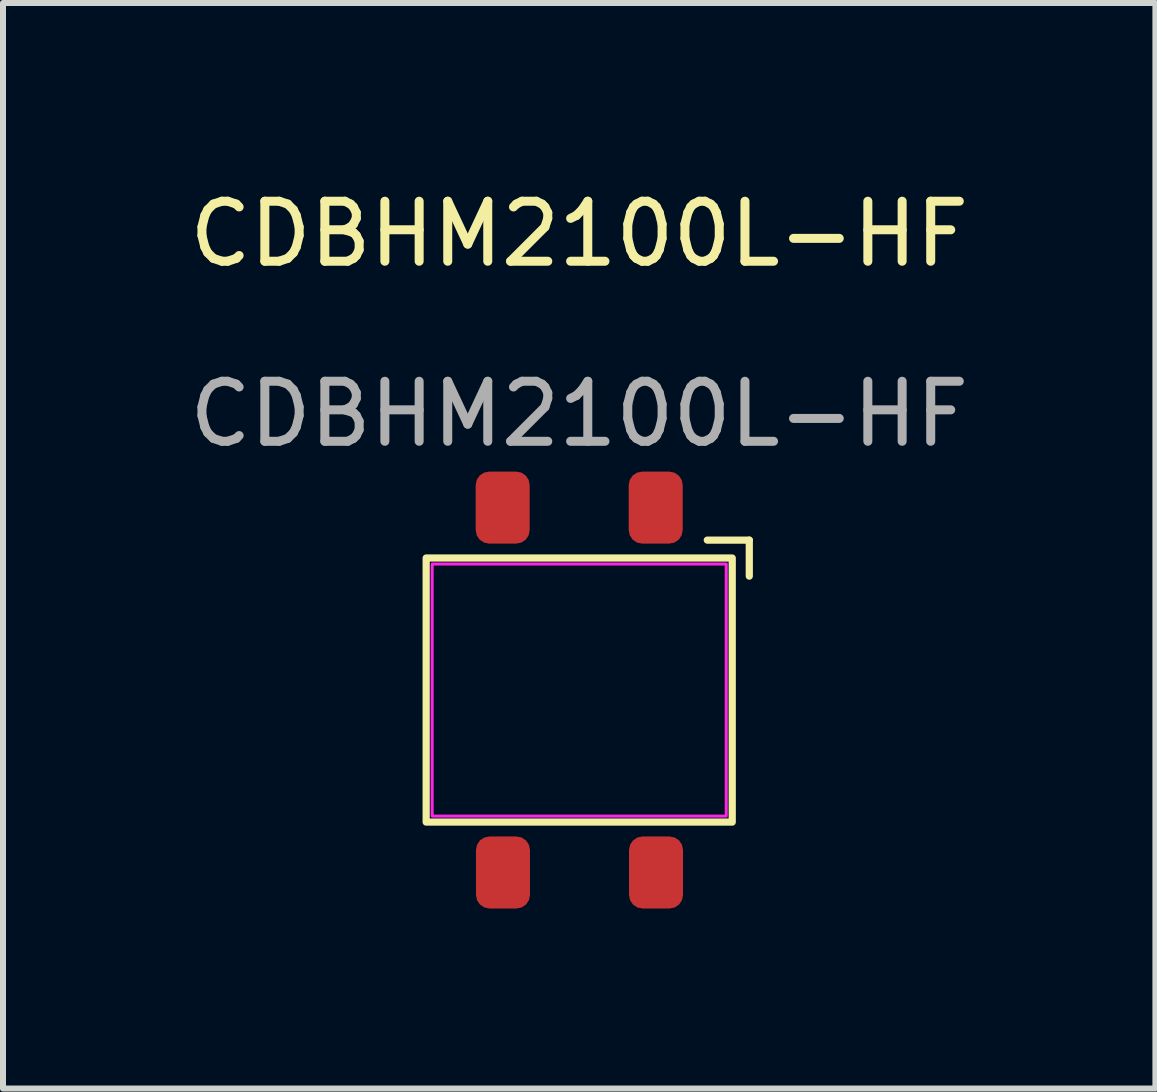
<source format=kicad_pcb>
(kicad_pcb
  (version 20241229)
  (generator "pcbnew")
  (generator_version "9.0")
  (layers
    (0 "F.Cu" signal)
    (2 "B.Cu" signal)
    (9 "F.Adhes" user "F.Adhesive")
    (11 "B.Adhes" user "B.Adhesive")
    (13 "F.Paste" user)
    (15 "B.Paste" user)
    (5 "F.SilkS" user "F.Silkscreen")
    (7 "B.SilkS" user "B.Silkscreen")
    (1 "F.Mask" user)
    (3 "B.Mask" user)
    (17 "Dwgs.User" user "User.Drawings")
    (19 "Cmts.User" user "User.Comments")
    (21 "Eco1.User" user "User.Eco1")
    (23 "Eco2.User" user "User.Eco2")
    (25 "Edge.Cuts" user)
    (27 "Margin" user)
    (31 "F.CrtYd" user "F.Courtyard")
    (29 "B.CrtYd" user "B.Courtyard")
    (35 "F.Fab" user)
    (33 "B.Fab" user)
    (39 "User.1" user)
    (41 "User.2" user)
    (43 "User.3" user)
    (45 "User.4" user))
  (footprint "CDBHM2100L-HF"
    (layer "F.Cu")
    (at 6.601 8.448)
    (property "Reference" "CDBHM2100L-HF" (at 0 -7.6 0) (unlocked yes) (layer "F.SilkS") (effects (font (size 1 1) (thickness 0.15))))
    (attr smd)
    (fp_line (start 2.134 -2.498) (end 2.834 -2.498) (stroke (width 0.12) (type solid)) (layer "F.SilkS"))
    (fp_line (start 2.834 -2.498) (end 2.834 -1.898) (stroke (width 0.12) (type solid)) (layer "F.SilkS"))
    (fp_rect (start -2.55 -2.2) (end 2.55 2.2) (stroke (width 0.12) (type solid)) (fill no) (layer "F.SilkS"))
    (fp_rect (start -2.45 -2.1) (end 2.45 2.1) (stroke (width 0.05) (type solid)) (fill no) (layer "F.CrtYd"))
    (fp_text user "${REFERENCE}" (at 0 -4.6 0) (unlocked yes) (layer "F.Fab") (effects (font (size 1 1) (thickness 0.15))))
    (pad "1" smd roundrect (at 1.275 -3.04) (size 0.9 1.2) (layers "F.Cu" "F.Mask" "F.Paste") (roundrect_rratio 0.25))
    (pad "2" smd roundrect (at -1.275 -3.04) (size 0.9 1.2) (layers "F.Cu" "F.Mask" "F.Paste") (roundrect_rratio 0.25))
    (pad "3" smd roundrect (at 1.28 3.04) (size 0.9 1.2) (layers "F.Cu" "F.Mask" "F.Paste") (roundrect_rratio 0.25))
    (pad "4" smd roundrect (at -1.27 3.04) (size 0.9 1.2) (layers "F.Cu" "F.Mask" "F.Paste") (roundrect_rratio 0.25)))
  (gr_rect
    (start -3 -3)
    (end 16.202 15.088)
    (stroke (width 0.1) (type default))
    (fill no)
    (layer "Edge.Cuts")))
</source>
